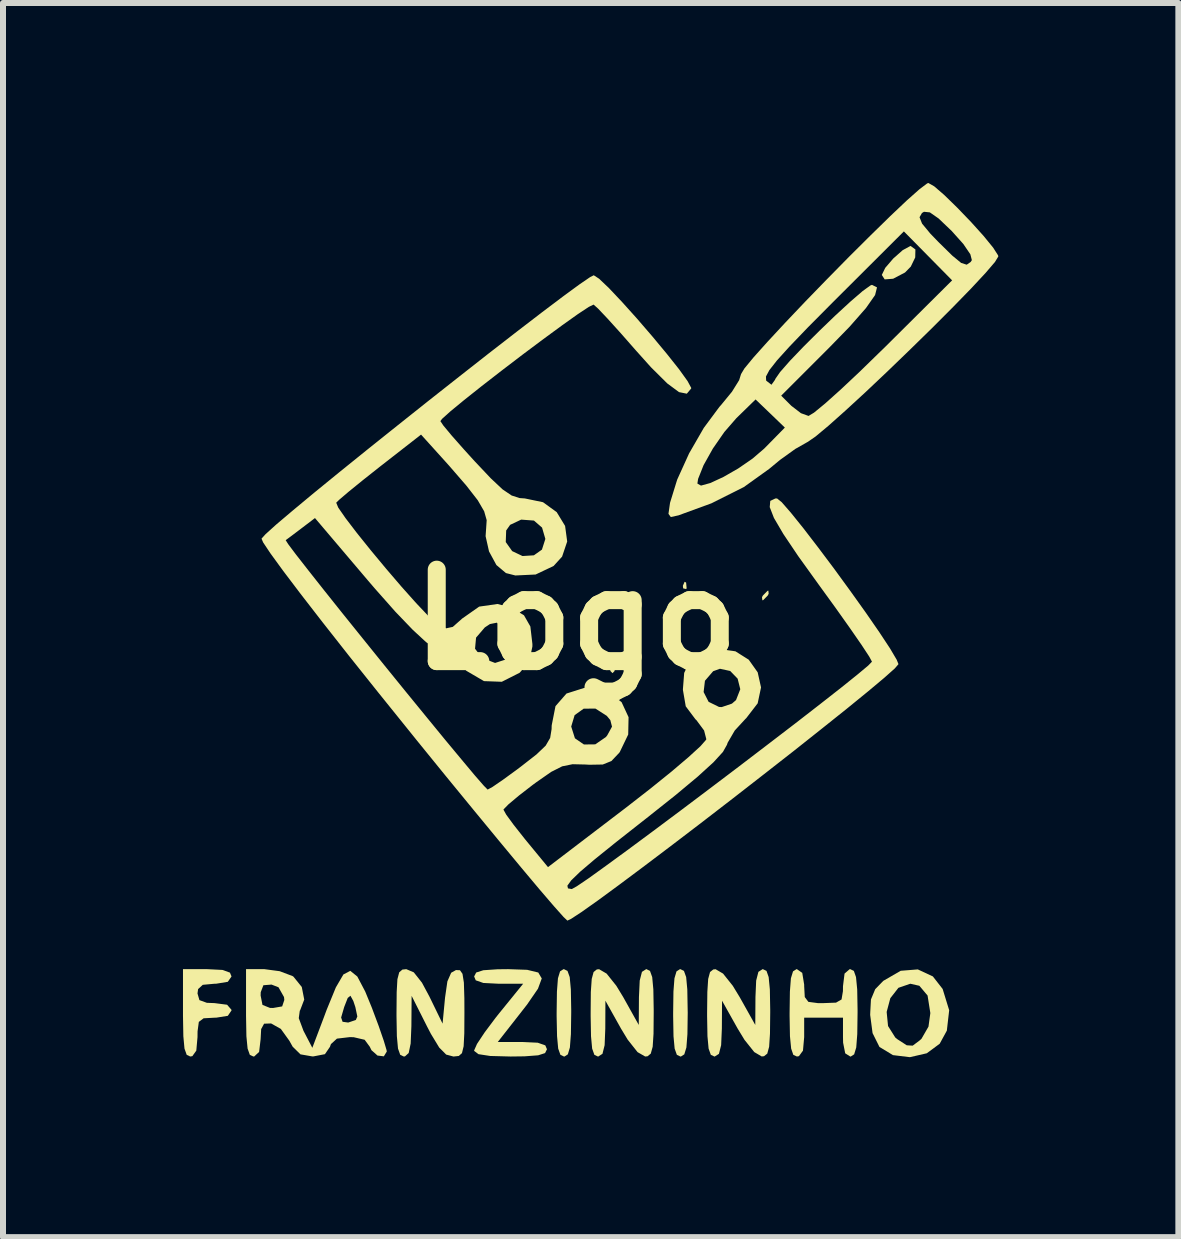
<source format=kicad_pcb>
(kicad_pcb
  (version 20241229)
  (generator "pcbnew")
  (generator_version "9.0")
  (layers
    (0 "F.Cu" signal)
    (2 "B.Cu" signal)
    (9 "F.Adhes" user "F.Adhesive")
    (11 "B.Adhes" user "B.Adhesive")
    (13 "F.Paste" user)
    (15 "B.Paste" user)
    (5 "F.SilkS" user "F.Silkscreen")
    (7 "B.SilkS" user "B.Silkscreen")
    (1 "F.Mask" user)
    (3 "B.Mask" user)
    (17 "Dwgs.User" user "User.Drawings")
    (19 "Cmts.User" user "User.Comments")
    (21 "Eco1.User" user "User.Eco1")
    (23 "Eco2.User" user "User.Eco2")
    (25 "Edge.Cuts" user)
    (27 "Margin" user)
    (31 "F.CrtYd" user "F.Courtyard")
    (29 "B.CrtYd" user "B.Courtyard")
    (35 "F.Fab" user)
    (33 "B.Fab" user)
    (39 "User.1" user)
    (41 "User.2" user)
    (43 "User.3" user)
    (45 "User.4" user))
  (footprint "Logo"
    (layer "F.Cu")
    (at 6.552 7.28)
    (property "Reference" "Logo" (at 0 0 0) (layer "F.SilkS") (effects (font (size 1.524 1.524) (thickness 0.3))))
    (attr board_only exclude_from_pos_files exclude_from_bom)
    (fp_poly (pts (xy 0.324 -0.202) (xy 0.283 -0.162) (xy 0.243 -0.202) (xy 0.283 -0.243)) (stroke (width 0) (type solid)) (fill yes) (layer "F.SilkS"))
    (fp_poly (pts (xy 0.647 0.849) (xy 0.607 0.89) (xy 0.566 0.849) (xy 0.607 0.809)) (stroke (width 0) (type solid)) (fill yes) (layer "F.SilkS"))
    (fp_poly (pts (xy 1.834 -0.62) (xy 1.843 -0.524) (xy 1.834 -0.512) (xy 1.785 -0.523) (xy 1.78 -0.566) (xy 1.809 -0.633)) (stroke (width 0) (type solid)) (fill yes) (layer "F.SilkS"))
    (fp_poly (pts (xy 3.21 -0.433) (xy 3.195 -0.404) (xy 3.119 -0.327) (xy 3.105 -0.324) (xy 3.099 -0.376) (xy 3.114 -0.404) (xy 3.191 -0.482) (xy 3.205 -0.485)) (stroke (width 0) (type solid)) (fill yes) (layer "F.SilkS"))
    (fp_poly (pts (xy 5.656 -6.172) (xy 5.653 -6.039) (xy 5.579 -5.886) (xy 5.483 -5.788) (xy 5.285 -5.684) (xy 5.144 -5.673) (xy 5.096 -5.747) (xy 5.153 -5.865) (xy 5.287 -6.021) (xy 5.444 -6.16) (xy 5.569 -6.228) (xy 5.578 -6.229)) (stroke (width 0) (type solid)) (fill yes) (layer "F.SilkS"))
    (fp_poly (pts (xy -0.143 5.853) (xy -0.106 5.956) (xy -0.087 6.162) (xy -0.081 6.499) (xy -0.081 6.552) (xy -0.086 6.907) (xy -0.103 7.129) (xy -0.137 7.244) (xy -0.193 7.28) (xy -0.202 7.28) (xy -0.261 7.252) (xy -0.298 7.148) (xy -0.317 6.942) (xy -0.324 6.605) (xy -0.324 6.552) (xy -0.319 6.197) (xy -0.302 5.976) (xy -0.267 5.861) (xy -0.211 5.825) (xy -0.202 5.824)) (stroke (width 0) (type solid)) (fill yes) (layer "F.SilkS"))
    (fp_poly (pts (xy 1.798 5.853) (xy 1.835 5.956) (xy 1.854 6.162) (xy 1.86 6.499) (xy 1.861 6.552) (xy 1.856 6.907) (xy 1.839 7.129) (xy 1.804 7.244) (xy 1.748 7.28) (xy 1.739 7.28) (xy 1.68 7.252) (xy 1.643 7.148) (xy 1.624 6.942) (xy 1.618 6.605) (xy 1.618 6.552) (xy 1.623 6.197) (xy 1.64 5.976) (xy 1.674 5.861) (xy 1.73 5.825) (xy 1.739 5.824)) (stroke (width 0) (type solid)) (fill yes) (layer "F.SilkS"))
    (fp_poly (pts (xy -5.893 5.837) (xy -5.769 5.882) (xy -5.743 5.946) (xy -5.805 6.035) (xy -6.001 6.067) (xy -6.026 6.067) (xy -6.222 6.085) (xy -6.3 6.156) (xy -6.31 6.229) (xy -6.278 6.34) (xy -6.154 6.385) (xy -6.026 6.39) (xy -5.817 6.417) (xy -5.744 6.501) (xy -5.743 6.512) (xy -5.805 6.602) (xy -6.001 6.633) (xy -6.026 6.633) (xy -6.208 6.643) (xy -6.288 6.703) (xy -6.309 6.861) (xy -6.31 6.957) (xy -6.33 7.182) (xy -6.396 7.274) (xy -6.431 7.28) (xy -6.49 7.252) (xy -6.527 7.148) (xy -6.546 6.942) (xy -6.552 6.605) (xy -6.552 6.552) (xy -6.552 5.824) (xy -6.148 5.824)) (stroke (width 0) (type solid)) (fill yes) (layer "F.SilkS"))
    (fp_poly (pts (xy -0.815 5.835) (xy -0.63 5.88) (xy -0.572 5.979) (xy -0.635 6.15) (xy -0.816 6.413) (xy -0.936 6.567) (xy -1.305 7.038) (xy -0.895 7.038) (xy -0.639 7.05) (xy -0.513 7.094) (xy -0.485 7.159) (xy -0.517 7.223) (xy -0.632 7.26) (xy -0.859 7.277) (xy -1.092 7.28) (xy -1.431 7.271) (xy -1.627 7.241) (xy -1.698 7.187) (xy -1.699 7.178) (xy -1.651 7.07) (xy -1.523 6.877) (xy -1.341 6.634) (xy -1.291 6.571) (xy -0.882 6.067) (xy -1.291 6.067) (xy -1.546 6.054) (xy -1.672 6.01) (xy -1.699 5.946) (xy -1.665 5.88) (xy -1.546 5.842) (xy -1.31 5.826) (xy -1.132 5.824)) (stroke (width 0) (type solid)) (fill yes) (layer "F.SilkS"))
    (fp_poly (pts (xy 5.947 5.945) (xy 6.11 6.154) (xy 6.219 6.509) (xy 6.18 6.849) (xy 6.061 7.067) (xy 5.846 7.226) (xy 5.565 7.291) (xy 5.282 7.257) (xy 5.059 7.122) (xy 5.056 7.119) (xy 4.942 6.89) (xy 4.902 6.586) (xy 4.904 6.537) (xy 5.177 6.537) (xy 5.2 6.772) (xy 5.321 6.964) (xy 5.357 6.993) (xy 5.512 7.093) (xy 5.611 7.099) (xy 5.728 7.011) (xy 5.757 6.985) (xy 5.874 6.782) (xy 5.905 6.556) (xy 5.859 6.264) (xy 5.722 6.101) (xy 5.571 6.067) (xy 5.373 6.135) (xy 5.238 6.308) (xy 5.177 6.537) (xy 4.904 6.537) (xy 4.915 6.329) (xy 4.986 6.158) (xy 5.121 6.019) (xy 5.411 5.851) (xy 5.696 5.828)) (stroke (width 0) (type solid)) (fill yes) (layer "F.SilkS"))
    (fp_poly (pts (xy 1.232 5.853) (xy 1.269 5.956) (xy 1.288 6.162) (xy 1.294 6.499) (xy 1.294 6.552) (xy 1.291 6.901) (xy 1.277 7.117) (xy 1.245 7.232) (xy 1.192 7.276) (xy 1.152 7.28) (xy 1.025 7.207) (xy 0.861 7) (xy 0.749 6.815) (xy 0.489 6.35) (xy 0.487 6.815) (xy 0.476 7.091) (xy 0.44 7.235) (xy 0.37 7.28) (xy 0.364 7.28) (xy 0.305 7.252) (xy 0.268 7.148) (xy 0.249 6.942) (xy 0.243 6.605) (xy 0.243 6.552) (xy 0.246 6.204) (xy 0.261 5.987) (xy 0.292 5.872) (xy 0.345 5.829) (xy 0.384 5.825) (xy 0.509 5.898) (xy 0.671 6.101) (xy 0.786 6.29) (xy 1.045 6.754) (xy 1.048 6.289) (xy 1.061 6.014) (xy 1.098 5.869) (xy 1.168 5.824) (xy 1.173 5.824)) (stroke (width 0) (type solid)) (fill yes) (layer "F.SilkS"))
    (fp_poly (pts (xy 3.174 5.853) (xy 3.21 5.956) (xy 3.23 6.162) (xy 3.236 6.499) (xy 3.236 6.552) (xy 3.232 6.901) (xy 3.218 7.117) (xy 3.187 7.232) (xy 3.133 7.275) (xy 3.094 7.279) (xy 2.97 7.206) (xy 2.808 7.003) (xy 2.693 6.814) (xy 2.433 6.35) (xy 2.43 6.815) (xy 2.418 7.091) (xy 2.381 7.236) (xy 2.311 7.28) (xy 2.305 7.28) (xy 2.246 7.252) (xy 2.209 7.148) (xy 2.19 6.942) (xy 2.184 6.605) (xy 2.184 6.552) (xy 2.188 6.204) (xy 2.202 5.987) (xy 2.233 5.872) (xy 2.287 5.829) (xy 2.326 5.825) (xy 2.45 5.898) (xy 2.612 6.101) (xy 2.727 6.29) (xy 2.987 6.754) (xy 2.99 6.289) (xy 3.002 6.014) (xy 3.039 5.869) (xy 3.109 5.824) (xy 3.114 5.824)) (stroke (width 0) (type solid)) (fill yes) (layer "F.SilkS"))
    (fp_poly (pts (xy -2.705 5.877) (xy -2.569 6.049) (xy -2.446 6.278) (xy -2.225 6.732) (xy -2.184 6.299) (xy -2.145 6.028) (xy -2.082 5.884) (xy -2.002 5.839) (xy -1.935 5.842) (xy -1.893 5.902) (xy -1.87 6.048) (xy -1.862 6.308) (xy -1.861 6.546) (xy -1.863 6.893) (xy -1.874 7.109) (xy -1.902 7.224) (xy -1.955 7.271) (xy -2.04 7.28) (xy -2.045 7.28) (xy -2.165 7.248) (xy -2.281 7.131) (xy -2.42 6.902) (xy -2.486 6.775) (xy -2.741 6.269) (xy -2.745 6.775) (xy -2.757 7.064) (xy -2.79 7.222) (xy -2.852 7.278) (xy -2.872 7.28) (xy -2.931 7.252) (xy -2.968 7.148) (xy -2.987 6.942) (xy -2.993 6.605) (xy -2.993 6.552) (xy -2.99 6.206) (xy -2.978 5.992) (xy -2.948 5.877) (xy -2.895 5.831) (xy -2.83 5.824)) (stroke (width 0) (type solid)) (fill yes) (layer "F.SilkS"))
    (fp_poly (pts (xy 4.63 5.853) (xy 4.666 5.956) (xy 4.686 6.162) (xy 4.692 6.499) (xy 4.692 6.552) (xy 4.687 6.907) (xy 4.67 7.129) (xy 4.635 7.244) (xy 4.579 7.28) (xy 4.57 7.28) (xy 4.486 7.227) (xy 4.451 7.05) (xy 4.449 6.957) (xy 4.449 6.633) (xy 3.802 6.633) (xy 3.802 6.957) (xy 3.782 7.182) (xy 3.715 7.274) (xy 3.681 7.28) (xy 3.621 7.252) (xy 3.585 7.148) (xy 3.565 6.942) (xy 3.559 6.605) (xy 3.559 6.552) (xy 3.564 6.197) (xy 3.581 5.976) (xy 3.616 5.861) (xy 3.672 5.825) (xy 3.681 5.824) (xy 3.77 5.886) (xy 3.802 6.082) (xy 3.802 6.107) (xy 3.812 6.289) (xy 3.872 6.369) (xy 4.03 6.39) (xy 4.125 6.39) (xy 4.333 6.382) (xy 4.425 6.329) (xy 4.448 6.191) (xy 4.449 6.107) (xy 4.475 5.898) (xy 4.559 5.825) (xy 4.57 5.824)) (stroke (width 0) (type solid)) (fill yes) (layer "F.SilkS"))
    (fp_poly (pts (xy -4.94 5.858) (xy -4.726 5.939) (xy -4.71 5.95) (xy -4.572 6.121) (xy -4.531 6.331) (xy -4.6 6.511) (xy -4.605 6.516) (xy -4.622 6.641) (xy -4.543 6.853) (xy -4.537 6.864) (xy -4.396 7.135) (xy -4.205 6.63) (xy -3.916 6.63) (xy -3.892 6.701) (xy -3.798 6.714) (xy -3.671 6.671) (xy -3.646 6.613) (xy -3.679 6.456) (xy -3.713 6.354) (xy -3.761 6.267) (xy -3.806 6.304) (xy -3.865 6.455) (xy -3.916 6.63) (xy -4.205 6.63) (xy -4.157 6.501) (xy -4.004 6.128) (xy -3.878 5.912) (xy -3.763 5.852) (xy -3.646 5.947) (xy -3.515 6.196) (xy -3.405 6.464) (xy -3.291 6.769) (xy -3.205 7.018) (xy -3.159 7.172) (xy -3.155 7.197) (xy -3.204 7.277) (xy -3.31 7.264) (xy -3.411 7.174) (xy -3.438 7.118) (xy -3.524 7.001) (xy -3.708 6.958) (xy -3.774 6.957) (xy -3.986 6.982) (xy -4.086 7.073) (xy -4.102 7.118) (xy -4.186 7.241) (xy -4.377 7.278) (xy -4.398 7.278) (xy -4.594 7.244) (xy -4.724 7.116) (xy -4.78 7.016) (xy -4.921 6.82) (xy -5.083 6.729) (xy -5.2 6.733) (xy -5.249 6.823) (xy -5.258 6.992) (xy -5.283 7.203) (xy -5.364 7.279) (xy -5.379 7.28) (xy -5.438 7.252) (xy -5.475 7.148) (xy -5.495 6.942) (xy -5.501 6.605) (xy -5.501 6.552) (xy -5.501 6.263) (xy -5.258 6.263) (xy -5.227 6.42) (xy -5.102 6.47) (xy -5.05 6.471) (xy -4.899 6.445) (xy -4.863 6.338) (xy -4.868 6.289) (xy -4.96 6.126) (xy -5.076 6.081) (xy -5.212 6.092) (xy -5.256 6.208) (xy -5.258 6.263) (xy -5.501 6.263) (xy -5.501 5.824) (xy -5.195 5.824)) (stroke (width 0) (type solid)) (fill yes) (layer "F.SilkS"))
    (fp_poly (pts (xy 5.97 -7.224) (xy 6.142 -7.075) (xy 6.356 -6.866) (xy 6.583 -6.63) (xy 6.792 -6.398) (xy 6.952 -6.202) (xy 7.034 -6.074) (xy 7.038 -6.055) (xy 6.982 -5.963) (xy 6.825 -5.78) (xy 6.587 -5.524) (xy 6.285 -5.214) (xy 5.94 -4.868) (xy 5.568 -4.504) (xy 5.191 -4.14) (xy 4.825 -3.794) (xy 4.49 -3.486) (xy 4.205 -3.232) (xy 3.989 -3.052) (xy 3.859 -2.963) (xy 3.855 -2.961) (xy 3.654 -2.847) (xy 3.402 -2.666) (xy 3.218 -2.514) (xy 2.797 -2.212) (xy 2.257 -1.941) (xy 1.707 -1.74) (xy 1.579 -1.712) (xy 1.54 -1.765) (xy 1.564 -1.934) (xy 1.567 -1.952) (xy 1.665 -2.27) (xy 2.022 -2.27) (xy 2.082 -2.236) (xy 2.238 -2.279) (xy 2.456 -2.38) (xy 2.702 -2.521) (xy 2.94 -2.685) (xy 3.136 -2.853) (xy 3.145 -2.862) (xy 3.48 -3.203) (xy 3.236 -3.438) (xy 2.992 -3.672) (xy 2.671 -3.359) (xy 2.472 -3.13) (xy 2.28 -2.853) (xy 2.125 -2.576) (xy 2.034 -2.348) (xy 2.022 -2.27) (xy 1.665 -2.27) (xy 1.686 -2.337) (xy 1.884 -2.773) (xy 2.129 -3.198) (xy 2.388 -3.547) (xy 2.42 -3.583) (xy 2.598 -3.8) (xy 2.718 -3.993) (xy 2.737 -4.054) (xy 3.165 -4.054) (xy 3.168 -3.989) (xy 3.174 -3.981) (xy 3.257 -3.917) (xy 3.315 -3.998) (xy 3.323 -4.017) (xy 3.4 -4.128) (xy 3.565 -4.316) (xy 3.792 -4.553) (xy 4.054 -4.814) (xy 4.323 -5.073) (xy 4.573 -5.303) (xy 4.776 -5.478) (xy 4.906 -5.572) (xy 4.932 -5.582) (xy 5.016 -5.54) (xy 4.984 -5.412) (xy 4.832 -5.195) (xy 4.559 -4.884) (xy 4.217 -4.533) (xy 3.419 -3.735) (xy 3.588 -3.566) (xy 3.748 -3.443) (xy 3.875 -3.397) (xy 3.966 -3.452) (xy 4.152 -3.605) (xy 4.412 -3.838) (xy 4.727 -4.134) (xy 5.078 -4.476) (xy 5.131 -4.527) (xy 6.268 -5.657) (xy 5.866 -6.065) (xy 5.464 -6.473) (xy 4.272 -5.284) (xy 3.862 -4.871) (xy 3.559 -4.555) (xy 3.349 -4.323) (xy 3.222 -4.161) (xy 3.165 -4.054) (xy 2.737 -4.054) (xy 2.75 -4.095) (xy 2.805 -4.187) (xy 2.958 -4.373) (xy 3.191 -4.633) (xy 3.485 -4.95) (xy 3.822 -5.305) (xy 4.184 -5.678) (xy 4.552 -6.052) (xy 4.909 -6.407) (xy 5.218 -6.709) (xy 5.725 -6.709) (xy 5.767 -6.603) (xy 5.905 -6.436) (xy 6.04 -6.296) (xy 6.27 -6.07) (xy 6.418 -5.948) (xy 6.511 -5.918) (xy 6.577 -5.963) (xy 6.597 -5.994) (xy 6.572 -6.091) (xy 6.455 -6.263) (xy 6.269 -6.471) (xy 6.264 -6.477) (xy 6.043 -6.688) (xy 5.897 -6.79) (xy 5.799 -6.8) (xy 5.765 -6.779) (xy 5.725 -6.709) (xy 5.218 -6.709) (xy 5.235 -6.726) (xy 5.513 -6.989) (xy 5.725 -7.177) (xy 5.851 -7.272) (xy 5.872 -7.28)) (stroke (width 0) (type solid)) (fill yes) (layer "F.SilkS"))
    (fp_poly (pts (xy 0.384 -5.684) (xy 0.549 -5.527) (xy 0.767 -5.296) (xy 1.016 -5.019) (xy 1.272 -4.722) (xy 1.513 -4.432) (xy 1.717 -4.175) (xy 1.859 -3.977) (xy 1.919 -3.865) (xy 1.919 -3.855) (xy 1.846 -3.768) (xy 1.716 -3.794) (xy 1.52 -3.939) (xy 1.249 -4.208) (xy 0.996 -4.49) (xy 0.744 -4.777) (xy 0.527 -5.017) (xy 0.368 -5.185) (xy 0.292 -5.253) (xy 0.213 -5.215) (xy 0.031 -5.095) (xy -0.229 -4.91) (xy -0.544 -4.679) (xy -0.889 -4.421) (xy -1.24 -4.153) (xy -1.575 -3.893) (xy -1.867 -3.661) (xy -2.094 -3.474) (xy -2.232 -3.35) (xy -2.262 -3.311) (xy -2.212 -3.237) (xy -2.074 -3.071) (xy -1.871 -2.841) (xy -1.692 -2.644) (xy -1.421 -2.357) (xy -1.225 -2.173) (xy -1.074 -2.071) (xy -0.941 -2.028) (xy -0.854 -2.022) (xy -0.551 -1.959) (xy -0.323 -1.794) (xy -0.183 -1.564) (xy -0.148 -1.304) (xy -0.233 -1.052) (xy -0.375 -0.896) (xy -0.674 -0.754) (xy -1.012 -0.738) (xy -1.169 -0.778) (xy -1.328 -0.912) (xy -1.451 -1.139) (xy -1.486 -1.295) (xy -1.172 -1.295) (xy -1.065 -1.144) (xy -0.893 -1.062) (xy -0.703 -1.074) (xy -0.569 -1.169) (xy -0.512 -1.347) (xy -0.567 -1.536) (xy -0.702 -1.653) (xy -0.915 -1.669) (xy -1.099 -1.582) (xy -1.165 -1.488) (xy -1.172 -1.295) (xy -1.486 -1.295) (xy -1.508 -1.393) (xy -1.499 -1.524) (xy -1.49 -1.66) (xy -1.532 -1.808) (xy -1.639 -1.992) (xy -1.829 -2.236) (xy -2.113 -2.564) (xy -2.202 -2.663) (xy -2.584 -3.086) (xy -3.273 -2.549) (xy -3.557 -2.324) (xy -3.792 -2.133) (xy -3.948 -2) (xy -3.998 -1.951) (xy -3.964 -1.869) (xy -3.842 -1.693) (xy -3.654 -1.447) (xy -3.421 -1.157) (xy -3.165 -0.849) (xy -2.907 -0.548) (xy -2.667 -0.279) (xy -2.467 -0.068) (xy -2.329 0.06) (xy -2.305 0.076) (xy -2.166 0.143) (xy -2.055 0.119) (xy -1.907 -0.012) (xy -1.904 -0.016) (xy -1.615 -0.219) (xy -1.308 -0.263) (xy -1.071 -0.199) (xy -0.868 -0.074) (xy -0.762 0.112) (xy -0.728 0.404) (xy -0.728 0.446) (xy -0.783 0.706) (xy -0.941 0.884) (xy -1.238 1.034) (xy -1.535 1.023) (xy -1.827 0.852) (xy -1.883 0.799) (xy -2.095 0.62) (xy -2.311 0.489) (xy -2.324 0.483) (xy -1.684 0.483) (xy -1.568 0.634) (xy -1.557 0.641) (xy -1.35 0.72) (xy -1.192 0.669) (xy -1.149 0.631) (xy -1.057 0.442) (xy -1.112 0.236) (xy -1.198 0.136) (xy -1.321 0.049) (xy -1.436 0.072) (xy -1.521 0.128) (xy -1.667 0.298) (xy -1.684 0.483) (xy -2.324 0.483) (xy -2.359 0.469) (xy -2.499 0.374) (xy -2.722 0.168) (xy -3.012 -0.134) (xy -3.351 -0.517) (xy -3.467 -0.652) (xy -4.352 -1.695) (xy -4.582 -1.52) (xy -4.742 -1.399) (xy -4.835 -1.33) (xy -4.84 -1.326) (xy -4.799 -1.261) (xy -4.67 -1.089) (xy -4.466 -0.828) (xy -4.203 -0.495) (xy -3.895 -0.109) (xy -3.556 0.312) (xy -3.201 0.752) (xy -2.844 1.192) (xy -2.5 1.613) (xy -2.183 2) (xy -1.907 2.332) (xy -1.688 2.594) (xy -1.538 2.766) (xy -1.474 2.831) (xy -1.474 2.831) (xy -1.392 2.786) (xy -1.217 2.666) (xy -0.981 2.494) (xy -0.919 2.447) (xy -0.66 2.245) (xy -0.507 2.099) (xy -0.432 1.97) (xy -0.408 1.823) (xy -0.407 1.78) (xy -0.081 1.78) (xy -0.019 1.976) (xy 0.131 2.079) (xy 0.32 2.077) (xy 0.497 1.955) (xy 0.52 1.926) (xy 0.599 1.782) (xy 0.571 1.673) (xy 0.512 1.602) (xy 0.323 1.481) (xy 0.127 1.482) (xy -0.024 1.59) (xy -0.081 1.78) (xy -0.407 1.78) (xy -0.406 1.759) (xy -0.343 1.44) (xy -0.16 1.23) (xy 0.133 1.137) (xy 0.229 1.132) (xy 0.539 1.199) (xy 0.759 1.374) (xy 0.875 1.624) (xy 0.869 1.913) (xy 0.728 2.206) (xy 0.717 2.22) (xy 0.589 2.355) (xy 0.445 2.413) (xy 0.221 2.417) (xy 0.157 2.413) (xy -0.058 2.408) (xy -0.231 2.443) (xy -0.415 2.536) (xy -0.663 2.709) (xy -0.719 2.75) (xy -0.953 2.931) (xy -1.127 3.077) (xy -1.208 3.16) (xy -1.21 3.166) (xy -1.164 3.249) (xy -1.039 3.42) (xy -0.862 3.644) (xy -0.841 3.67) (xy -0.468 4.123) (xy 0.838 3.127) (xy 1.236 2.817) (xy 1.588 2.533) (xy 1.873 2.291) (xy 2.073 2.108) (xy 2.166 2.002) (xy 2.171 1.991) (xy 2.134 1.846) (xy 2.008 1.676) (xy 1.989 1.658) (xy 1.828 1.443) (xy 1.787 1.205) (xy 2.126 1.205) (xy 2.209 1.368) (xy 2.382 1.453) (xy 2.427 1.456) (xy 2.598 1.398) (xy 2.666 1.339) (xy 2.737 1.158) (xy 2.693 0.982) (xy 2.569 0.854) (xy 2.398 0.817) (xy 2.285 0.858) (xy 2.148 1.017) (xy 2.126 1.205) (xy 1.787 1.205) (xy 1.781 1.169) (xy 1.781 1.157) (xy 1.802 0.886) (xy 1.882 0.718) (xy 2.052 0.592) (xy 2.078 0.578) (xy 2.383 0.488) (xy 2.656 0.526) (xy 2.878 0.666) (xy 3.027 0.876) (xy 3.083 1.128) (xy 3.027 1.393) (xy 2.836 1.641) (xy 2.824 1.652) (xy 2.645 1.846) (xy 2.526 2.051) (xy 2.515 2.084) (xy 2.448 2.203) (xy 2.291 2.375) (xy 2.032 2.611) (xy 1.662 2.92) (xy 1.17 3.311) (xy 1.143 3.332) (xy 0.67 3.704) (xy 0.316 3.989) (xy 0.069 4.199) (xy -0.081 4.344) (xy -0.145 4.433) (xy -0.135 4.478) (xy -0.071 4.489) (xy 0.013 4.442) (xy 0.208 4.31) (xy 0.494 4.104) (xy 0.857 3.839) (xy 1.278 3.527) (xy 1.74 3.182) (xy 2.226 2.816) (xy 2.72 2.442) (xy 3.203 2.073) (xy 3.66 1.723) (xy 4.071 1.404) (xy 4.422 1.129) (xy 4.693 0.911) (xy 4.869 0.764) (xy 4.932 0.699) (xy 4.932 0.699) (xy 4.887 0.615) (xy 4.761 0.423) (xy 4.568 0.144) (xy 4.324 -0.2) (xy 4.049 -0.579) (xy 3.703 -1.06) (xy 3.455 -1.429) (xy 3.298 -1.697) (xy 3.228 -1.877) (xy 3.237 -1.981) (xy 3.321 -2.021) (xy 3.35 -2.022) (xy 3.427 -1.96) (xy 3.578 -1.787) (xy 3.786 -1.529) (xy 4.032 -1.209) (xy 4.3 -0.852) (xy 4.571 -0.48) (xy 4.829 -0.119) (xy 5.055 0.208) (xy 5.233 0.478) (xy 5.344 0.666) (xy 5.374 0.74) (xy 5.313 0.811) (xy 5.138 0.967) (xy 4.867 1.194) (xy 4.515 1.481) (xy 4.097 1.815) (xy 3.632 2.184) (xy 3.133 2.574) (xy 2.619 2.974) (xy 2.104 3.371) (xy 1.605 3.752) (xy 1.138 4.105) (xy 0.719 4.418) (xy 0.365 4.678) (xy 0.092 4.871) (xy -0.085 4.987) (xy -0.145 5.015) (xy -0.209 4.954) (xy -0.365 4.779) (xy -0.603 4.502) (xy -0.911 4.135) (xy -1.281 3.689) (xy -1.702 3.178) (xy -2.165 2.613) (xy -2.659 2.005) (xy -2.745 1.898) (xy -3.292 1.219) (xy -3.787 0.599) (xy -4.222 0.046) (xy -4.59 -0.429) (xy -4.883 -0.816) (xy -5.094 -1.106) (xy -5.216 -1.289) (xy -5.243 -1.352) (xy -5.176 -1.426) (xy -4.998 -1.587) (xy -4.723 -1.82) (xy -4.368 -2.115) (xy -3.949 -2.457) (xy -3.482 -2.834) (xy -2.983 -3.233) (xy -2.468 -3.643) (xy -1.953 -4.049) (xy -1.455 -4.44) (xy -0.988 -4.802) (xy -0.57 -5.123) (xy -0.216 -5.39) (xy 0.057 -5.59) (xy 0.234 -5.711) (xy 0.295 -5.742)) (stroke (width 0) (type solid)) (fill yes) (layer "F.SilkS")))
  (gr_rect
    (start -3 -3)
    (end 16.591 17.571)
    (stroke (width 0.1) (type default))
    (fill no)
    (layer "Edge.Cuts")))
</source>
